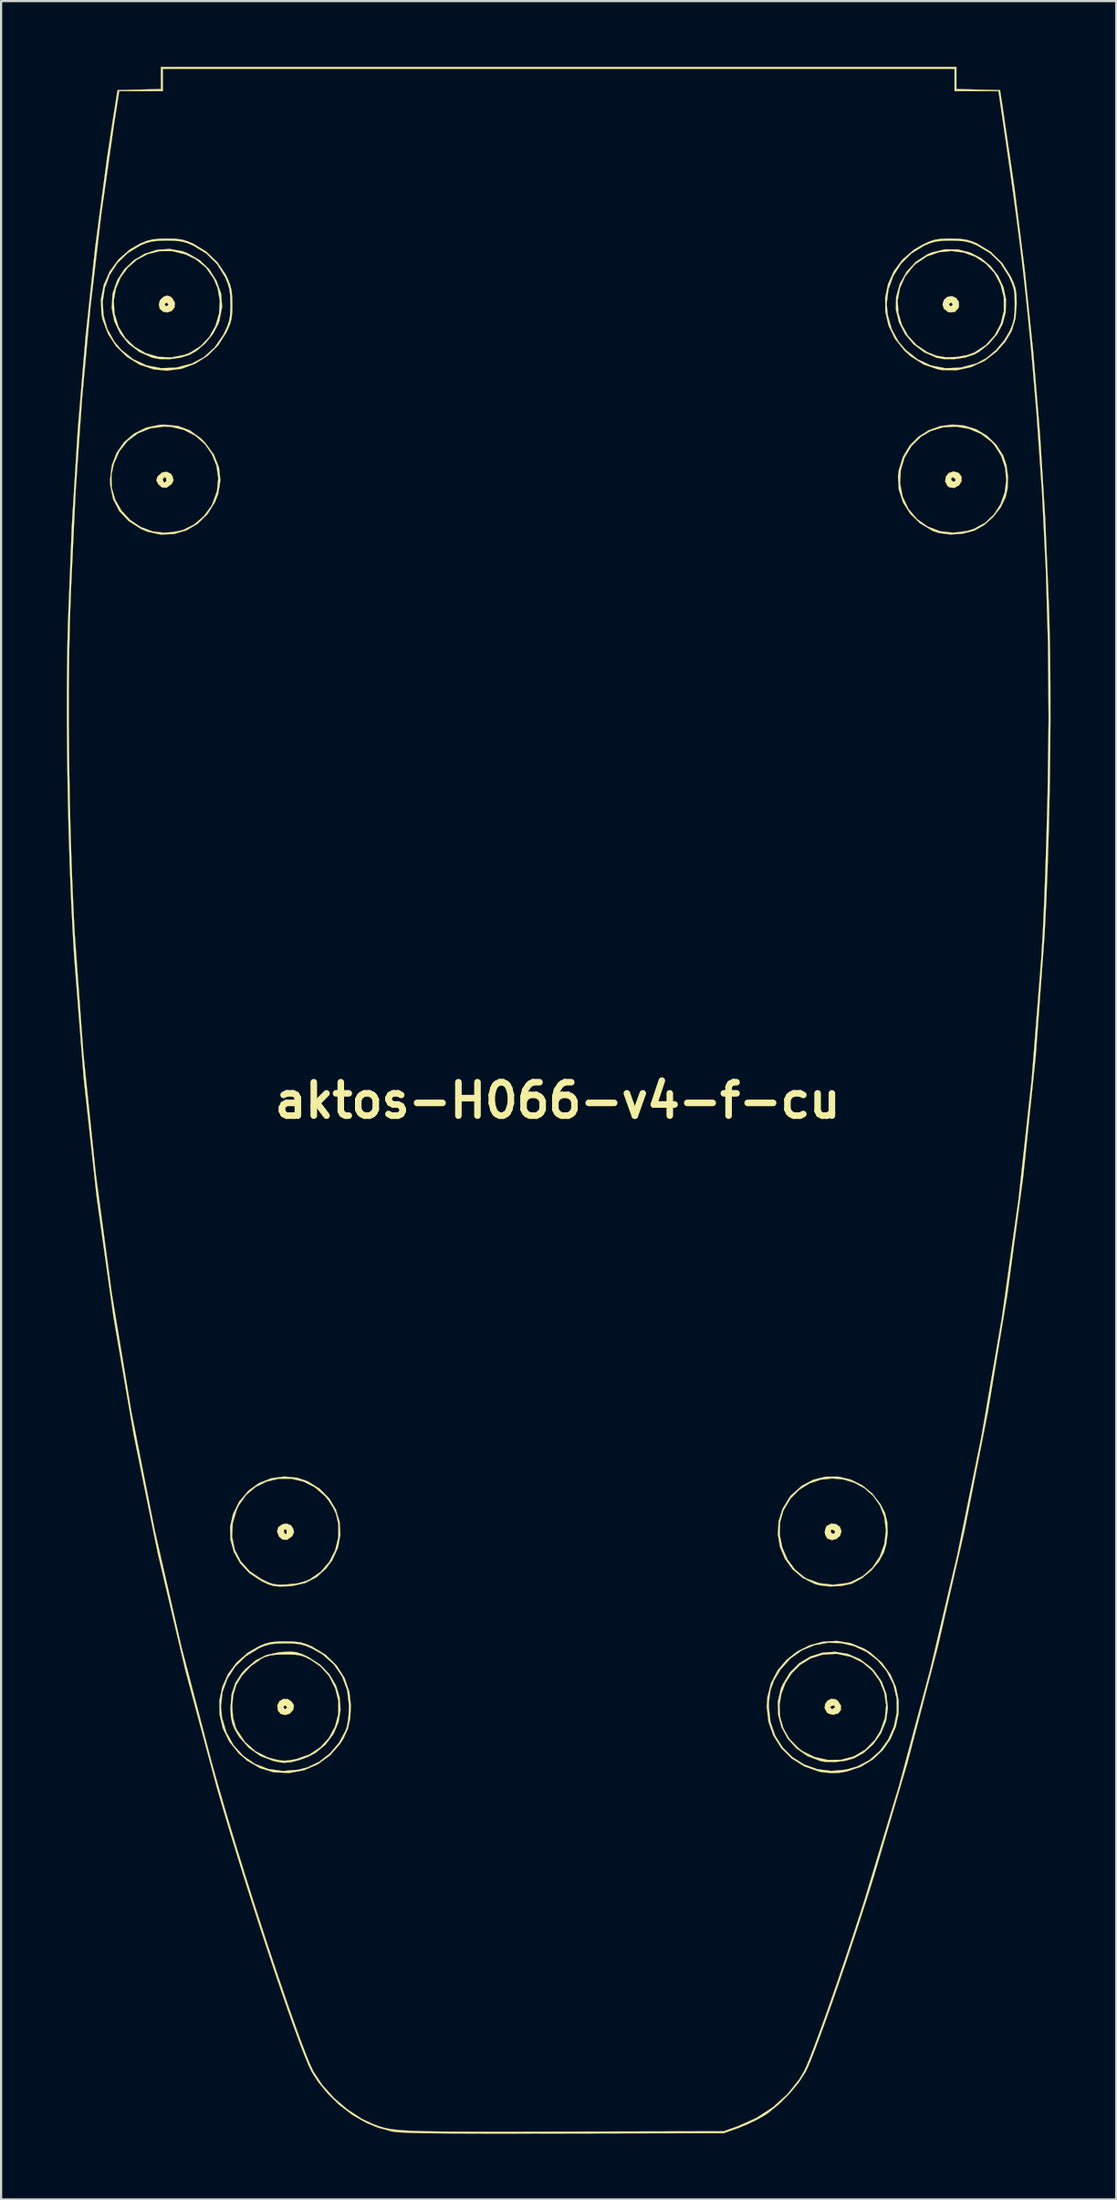
<source format=kicad_pcb>
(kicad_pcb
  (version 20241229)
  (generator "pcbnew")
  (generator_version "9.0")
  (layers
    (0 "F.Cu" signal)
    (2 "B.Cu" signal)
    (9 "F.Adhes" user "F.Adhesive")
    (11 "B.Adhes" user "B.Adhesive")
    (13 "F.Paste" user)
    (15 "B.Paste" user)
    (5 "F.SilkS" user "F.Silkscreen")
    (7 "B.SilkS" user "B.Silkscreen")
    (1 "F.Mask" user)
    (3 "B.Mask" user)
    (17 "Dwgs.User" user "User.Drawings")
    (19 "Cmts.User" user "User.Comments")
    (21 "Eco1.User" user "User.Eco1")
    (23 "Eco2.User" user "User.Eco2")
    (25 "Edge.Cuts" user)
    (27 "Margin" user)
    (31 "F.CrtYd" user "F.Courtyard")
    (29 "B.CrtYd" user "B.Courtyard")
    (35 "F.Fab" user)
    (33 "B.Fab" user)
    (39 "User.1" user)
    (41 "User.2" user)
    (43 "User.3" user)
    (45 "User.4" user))
  (footprint "aktos-H066-v4-f-cu"
    (layer "F.Cu")
    (at 22.417 47.164)
    (property "Reference" "aktos-H066-v4-f-cu" (at 0 0 0) (layer "F.SilkS") (effects (font (size 1.524 1.524) (thickness 0.3))))
    (attr through_hole)
    (fp_poly (pts (xy -12.185 19.382) (xy -12.092 19.515) (xy -12.042 19.701) (xy -12.114 19.855) (xy -12.149 19.896) (xy -12.363 20.045) (xy -12.572 20.03) (xy -12.731 19.887) (xy -12.816 19.656) (xy -12.812 19.645) (xy -12.51 19.645) (xy -12.481 19.739) (xy -12.416 19.803) (xy -12.379 19.739) (xy -12.379 19.607) (xy -12.395 19.581) (xy -12.476 19.561) (xy -12.51 19.645) (xy -12.812 19.645) (xy -12.753 19.459) (xy -12.563 19.333) (xy -12.381 19.305) (xy -12.185 19.382)) (stroke (width 0.01) (type solid)) (fill yes) (layer "F.SilkS"))
    (fp_poly (pts (xy 18.306 -28.636) (xy 18.434 -28.473) (xy 18.439 -28.262) (xy 18.324 -28.073) (xy 18.111 -27.953) (xy 17.892 -27.975) (xy 17.797 -28.042) (xy 17.693 -28.244) (xy 17.708 -28.367) (xy 17.961 -28.367) (xy 17.989 -28.283) (xy 18.095 -28.231) (xy 18.132 -28.245) (xy 18.168 -28.334) (xy 18.127 -28.388) (xy 18.014 -28.437) (xy 17.961 -28.367) (xy 17.708 -28.367) (xy 17.72 -28.459) (xy 17.854 -28.63) (xy 18.072 -28.702) (xy 18.076 -28.702) (xy 18.306 -28.636)) (stroke (width 0.01) (type solid)) (fill yes) (layer "F.SilkS"))
    (fp_poly (pts (xy -12.328 27.311) (xy -12.153 27.429) (xy -12.048 27.591) (xy -12.069 27.759) (xy -12.092 27.813) (xy -12.24 27.977) (xy -12.445 28.036) (xy -12.646 27.988) (xy -12.779 27.834) (xy -12.794 27.686) (xy -12.531 27.686) (xy -12.466 27.768) (xy -12.446 27.771) (xy -12.364 27.706) (xy -12.361 27.686) (xy -12.426 27.604) (xy -12.446 27.601) (xy -12.528 27.666) (xy -12.531 27.686) (xy -12.794 27.686) (xy -12.803 27.596) (xy -12.707 27.411) (xy -12.534 27.307) (xy -12.328 27.311)) (stroke (width 0.01) (type solid)) (fill yes) (layer "F.SilkS"))
    (fp_poly (pts (xy 12.697 27.328) (xy 12.784 27.389) (xy 12.927 27.6) (xy 12.929 27.806) (xy 12.806 27.963) (xy 12.573 28.025) (xy 12.379 27.979) (xy 12.294 27.923) (xy 12.188 27.729) (xy 12.193 27.686) (xy 12.446 27.686) (xy 12.507 27.768) (xy 12.526 27.771) (xy 12.64 27.709) (xy 12.658 27.686) (xy 12.638 27.614) (xy 12.578 27.601) (xy 12.462 27.646) (xy 12.446 27.686) (xy 12.193 27.686) (xy 12.21 27.535) (xy 12.325 27.379) (xy 12.499 27.297) (xy 12.697 27.328)) (stroke (width 0.01) (type solid)) (fill yes) (layer "F.SilkS"))
    (fp_poly (pts (xy 18.193 -36.615) (xy 18.312 -36.444) (xy 18.32 -36.23) (xy 18.29 -36.156) (xy 18.127 -35.98) (xy 17.904 -35.96) (xy 17.813 -35.987) (xy 17.63 -36.128) (xy 17.573 -36.322) (xy 17.865 -36.322) (xy 17.929 -36.24) (xy 17.949 -36.237) (xy 18.032 -36.302) (xy 18.034 -36.322) (xy 17.97 -36.404) (xy 17.949 -36.407) (xy 17.867 -36.342) (xy 17.865 -36.322) (xy 17.573 -36.322) (xy 17.571 -36.329) (xy 17.638 -36.534) (xy 17.787 -36.665) (xy 18.004 -36.703) (xy 18.193 -36.615)) (stroke (width 0.01) (type solid)) (fill yes) (layer "F.SilkS"))
    (fp_poly (pts (xy -17.673 -28.603) (xy -17.598 -28.496) (xy -17.544 -28.31) (xy -17.609 -28.162) (xy -17.653 -28.11) (xy -17.867 -27.961) (xy -18.076 -27.977) (xy -18.24 -28.127) (xy -18.324 -28.29) (xy -18.316 -28.321) (xy -18.034 -28.321) (xy -17.988 -28.208) (xy -17.949 -28.194) (xy -17.874 -28.263) (xy -17.865 -28.321) (xy -17.91 -28.434) (xy -17.949 -28.448) (xy -18.024 -28.379) (xy -18.034 -28.321) (xy -18.316 -28.321) (xy -18.29 -28.431) (xy -18.256 -28.486) (xy -18.074 -28.65) (xy -17.861 -28.689) (xy -17.673 -28.603)) (stroke (width 0.01) (type solid)) (fill yes) (layer "F.SilkS"))
    (fp_poly (pts (xy -17.668 -36.666) (xy -17.598 -36.601) (xy -17.48 -36.393) (xy -17.498 -36.189) (xy -17.623 -36.03) (xy -17.826 -35.959) (xy -18.013 -35.991) (xy -18.169 -36.124) (xy -18.215 -36.322) (xy -17.949 -36.322) (xy -17.885 -36.24) (xy -17.865 -36.237) (xy -17.782 -36.302) (xy -17.78 -36.322) (xy -17.844 -36.404) (xy -17.865 -36.407) (xy -17.947 -36.342) (xy -17.949 -36.322) (xy -18.215 -36.322) (xy -18.215 -36.324) (xy -18.155 -36.528) (xy -17.99 -36.677) (xy -17.988 -36.678) (xy -17.81 -36.73) (xy -17.668 -36.666)) (stroke (width 0.01) (type solid)) (fill yes) (layer "F.SilkS"))
    (fp_poly (pts (xy 12.705 19.328) (xy 12.879 19.448) (xy 12.954 19.646) (xy 12.954 19.654) (xy 12.886 19.864) (xy 12.719 20.007) (xy 12.51 20.055) (xy 12.315 19.984) (xy 12.294 19.964) (xy 12.209 19.799) (xy 12.192 19.685) (xy 12.203 19.639) (xy 12.458 19.639) (xy 12.486 19.723) (xy 12.591 19.775) (xy 12.629 19.761) (xy 12.664 19.672) (xy 12.624 19.618) (xy 12.51 19.569) (xy 12.458 19.639) (xy 12.203 19.639) (xy 12.238 19.491) (xy 12.294 19.406) (xy 12.49 19.306) (xy 12.705 19.328)) (stroke (width 0.01) (type solid)) (fill yes) (layer "F.SilkS"))
    (fp_poly (pts (xy -17.341 -30.777) (xy -16.799 -30.575) (xy -16.309 -30.222) (xy -16.094 -30.006) (xy -15.701 -29.467) (xy -15.471 -28.892) (xy -15.405 -28.294) (xy -15.504 -27.683) (xy -15.651 -27.302) (xy -15.997 -26.75) (xy -16.441 -26.318) (xy -16.961 -26.014) (xy -17.533 -25.847) (xy -18.132 -25.825) (xy -18.737 -25.956) (xy -19.031 -26.081) (xy -19.598 -26.446) (xy -20.022 -26.899) (xy -20.3 -27.439) (xy -20.431 -28.061) (xy -20.442 -28.321) (xy -20.415 -28.542) (xy -20.377 -28.542) (xy -20.366 -27.961) (xy -20.206 -27.41) (xy -19.918 -26.912) (xy -19.524 -26.49) (xy -19.045 -26.167) (xy -18.5 -25.966) (xy -17.999 -25.908) (xy -17.637 -25.931) (xy -17.275 -25.989) (xy -17.085 -26.04) (xy -16.602 -26.285) (xy -16.167 -26.657) (xy -15.826 -27.114) (xy -15.776 -27.207) (xy -15.56 -27.8) (xy -15.5 -28.392) (xy -15.581 -28.961) (xy -15.79 -29.488) (xy -16.115 -29.95) (xy -16.542 -30.326) (xy -17.059 -30.596) (xy -17.652 -30.738) (xy -17.961 -30.754) (xy -18.601 -30.672) (xy -19.168 -30.446) (xy -19.646 -30.089) (xy -20.02 -29.616) (xy -20.274 -29.04) (xy -20.377 -28.542) (xy -20.415 -28.542) (xy -20.364 -28.969) (xy -20.143 -29.549) (xy -19.796 -30.042) (xy -19.341 -30.431) (xy -18.795 -30.699) (xy -18.174 -30.829) (xy -17.961 -30.838) (xy -17.341 -30.777)) (stroke (width 0.01) (type solid)) (fill yes) (layer "F.SilkS"))
    (fp_poly (pts (xy -17.14 -38.75) (xy -16.91 -38.662) (xy -16.351 -38.345) (xy -15.917 -37.931) (xy -15.583 -37.404) (xy -15.371 -36.813) (xy -15.326 -36.212) (xy -15.447 -35.588) (xy -15.499 -35.439) (xy -15.739 -34.982) (xy -16.088 -34.553) (xy -16.498 -34.202) (xy -16.801 -34.03) (xy -17.228 -33.896) (xy -17.716 -33.829) (xy -18.189 -33.834) (xy -18.5 -33.891) (xy -19.097 -34.152) (xy -19.596 -34.531) (xy -19.983 -35.005) (xy -20.244 -35.551) (xy -20.364 -36.147) (xy -20.346 -36.497) (xy -20.274 -36.497) (xy -20.239 -35.907) (xy -20.055 -35.306) (xy -19.744 -34.794) (xy -19.32 -34.388) (xy -18.812 -34.097) (xy -18.245 -33.932) (xy -17.647 -33.903) (xy -17.046 -34.02) (xy -16.806 -34.112) (xy -16.309 -34.419) (xy -15.914 -34.839) (xy -15.628 -35.344) (xy -15.463 -35.904) (xy -15.428 -36.49) (xy -15.531 -37.073) (xy -15.712 -37.504) (xy -16.064 -38.003) (xy -16.517 -38.376) (xy -17 -38.61) (xy -17.608 -38.758) (xy -18.191 -38.755) (xy -18.733 -38.617) (xy -19.218 -38.361) (xy -19.63 -38.004) (xy -19.954 -37.563) (xy -20.174 -37.055) (xy -20.274 -36.497) (xy -20.346 -36.497) (xy -20.331 -36.771) (xy -20.317 -36.843) (xy -20.115 -37.427) (xy -19.788 -37.93) (xy -19.36 -38.337) (xy -18.857 -38.635) (xy -18.303 -38.812) (xy -17.723 -38.855) (xy -17.14 -38.75)) (stroke (width 0.01) (type solid)) (fill yes) (layer "F.SilkS"))
    (fp_poly (pts (xy 18.269 -38.832) (xy 18.825 -38.692) (xy 19.328 -38.435) (xy 19.76 -38.075) (xy 20.106 -37.631) (xy 20.347 -37.119) (xy 20.468 -36.557) (xy 20.451 -35.961) (xy 20.314 -35.437) (xy 20.062 -34.965) (xy 19.689 -34.524) (xy 19.245 -34.168) (xy 19.026 -34.045) (xy 18.603 -33.903) (xy 18.109 -33.83) (xy 17.621 -33.833) (xy 17.304 -33.891) (xy 16.735 -34.138) (xy 16.246 -34.508) (xy 15.856 -34.972) (xy 15.582 -35.506) (xy 15.442 -36.082) (xy 15.448 -36.512) (xy 15.522 -36.512) (xy 15.552 -35.948) (xy 15.708 -35.405) (xy 15.983 -34.907) (xy 16.373 -34.48) (xy 16.87 -34.147) (xy 17.304 -33.976) (xy 17.732 -33.91) (xy 18.226 -33.925) (xy 18.707 -34.013) (xy 19.019 -34.126) (xy 19.543 -34.468) (xy 19.949 -34.915) (xy 20.229 -35.443) (xy 20.372 -36.027) (xy 20.369 -36.641) (xy 20.224 -37.221) (xy 19.942 -37.754) (xy 19.55 -38.18) (xy 19.074 -38.495) (xy 18.541 -38.691) (xy 17.976 -38.764) (xy 17.407 -38.707) (xy 16.858 -38.516) (xy 16.357 -38.183) (xy 16.254 -38.088) (xy 15.867 -37.607) (xy 15.626 -37.073) (xy 15.522 -36.512) (xy 15.448 -36.512) (xy 15.45 -36.647) (xy 15.621 -37.265) (xy 15.93 -37.816) (xy 16.357 -38.273) (xy 16.882 -38.61) (xy 17.066 -38.688) (xy 17.677 -38.836) (xy 18.269 -38.832)) (stroke (width 0.01) (type solid)) (fill yes) (layer "F.SilkS"))
    (fp_poly (pts (xy 18.559 -30.795) (xy 19.092 -30.631) (xy 19.585 -30.343) (xy 20.015 -29.929) (xy 20.332 -29.441) (xy 20.489 -28.988) (xy 20.559 -28.458) (xy 20.538 -27.92) (xy 20.45 -27.527) (xy 20.223 -27.061) (xy 19.88 -26.621) (xy 19.464 -26.253) (xy 19.02 -26.005) (xy 19 -25.997) (xy 18.473 -25.862) (xy 17.922 -25.828) (xy 17.407 -25.894) (xy 17.123 -25.991) (xy 16.551 -26.332) (xy 16.095 -26.773) (xy 15.765 -27.292) (xy 15.576 -27.868) (xy 15.558 -28.157) (xy 15.631 -28.157) (xy 15.746 -27.561) (xy 16.007 -27.005) (xy 16.401 -26.533) (xy 16.89 -26.188) (xy 17.451 -25.976) (xy 18.059 -25.906) (xy 18.688 -25.985) (xy 19.001 -26.082) (xy 19.511 -26.356) (xy 19.92 -26.743) (xy 20.221 -27.215) (xy 20.41 -27.745) (xy 20.481 -28.307) (xy 20.429 -28.872) (xy 20.249 -29.415) (xy 19.934 -29.909) (xy 19.795 -30.061) (xy 19.321 -30.421) (xy 18.771 -30.652) (xy 18.181 -30.751) (xy 17.584 -30.716) (xy 17.017 -30.543) (xy 16.579 -30.284) (xy 16.141 -29.85) (xy 15.834 -29.331) (xy 15.662 -28.757) (xy 15.631 -28.157) (xy 15.558 -28.157) (xy 15.538 -28.479) (xy 15.575 -28.766) (xy 15.765 -29.375) (xy 16.071 -29.882) (xy 16.471 -30.286) (xy 16.942 -30.582) (xy 17.462 -30.768) (xy 18.008 -30.84) (xy 18.559 -30.795)) (stroke (width 0.01) (type solid)) (fill yes) (layer "F.SilkS"))
    (fp_poly (pts (xy 13.245 25.252) (xy 13.798 25.49) (xy 14.302 25.872) (xy 14.438 26.013) (xy 14.794 26.514) (xy 15.001 27.07) (xy 15.071 27.71) (xy 15.071 27.73) (xy 14.99 28.313) (xy 14.762 28.87) (xy 14.411 29.368) (xy 13.958 29.772) (xy 13.525 30.011) (xy 13.129 30.125) (xy 12.666 30.182) (xy 12.22 30.175) (xy 12 30.138) (xy 11.403 29.91) (xy 10.899 29.562) (xy 10.5 29.116) (xy 10.218 28.597) (xy 10.065 28.027) (xy 10.055 27.59) (xy 10.125 27.59) (xy 10.152 28.122) (xy 10.3 28.64) (xy 10.575 29.122) (xy 10.986 29.546) (xy 11.187 29.693) (xy 11.731 29.959) (xy 12.331 30.09) (xy 12.941 30.082) (xy 13.515 29.931) (xy 13.518 29.929) (xy 14.047 29.618) (xy 14.48 29.172) (xy 14.727 28.77) (xy 14.939 28.176) (xy 14.996 27.582) (xy 14.911 27.011) (xy 14.696 26.484) (xy 14.364 26.023) (xy 13.927 25.65) (xy 13.399 25.386) (xy 12.79 25.254) (xy 12.7 25.247) (xy 12.086 25.284) (xy 11.543 25.456) (xy 11.076 25.742) (xy 10.694 26.119) (xy 10.403 26.567) (xy 10.211 27.065) (xy 10.125 27.59) (xy 10.055 27.59) (xy 10.052 27.431) (xy 10.191 26.832) (xy 10.264 26.655) (xy 10.6 26.103) (xy 11.033 25.673) (xy 11.538 25.369) (xy 12.091 25.195) (xy 12.668 25.155) (xy 13.245 25.252)) (stroke (width 0.01) (type solid)) (fill yes) (layer "F.SilkS"))
    (fp_poly (pts (xy 13.368 17.293) (xy 13.894 17.55) (xy 14.36 17.929) (xy 14.744 18.428) (xy 14.94 18.814) (xy 15.044 19.229) (xy 15.064 19.726) (xy 15.002 20.239) (xy 14.897 20.609) (xy 14.665 21.035) (xy 14.316 21.445) (xy 13.898 21.791) (xy 13.46 22.028) (xy 13.408 22.047) (xy 12.944 22.149) (xy 12.43 22.172) (xy 11.948 22.117) (xy 11.743 22.06) (xy 11.178 21.777) (xy 10.719 21.384) (xy 10.374 20.906) (xy 10.149 20.367) (xy 10.056 19.826) (xy 10.137 19.826) (xy 10.254 20.398) (xy 10.487 20.932) (xy 10.826 21.395) (xy 11.257 21.751) (xy 11.375 21.817) (xy 11.957 22.027) (xy 12.586 22.096) (xy 13.21 22.02) (xy 13.404 21.963) (xy 13.936 21.696) (xy 14.376 21.302) (xy 14.708 20.804) (xy 14.917 20.226) (xy 14.985 19.618) (xy 14.913 19.009) (xy 14.712 18.483) (xy 14.404 18.044) (xy 14.009 17.696) (xy 13.55 17.443) (xy 13.048 17.291) (xy 12.523 17.242) (xy 11.997 17.3) (xy 11.492 17.471) (xy 11.028 17.758) (xy 10.627 18.165) (xy 10.31 18.696) (xy 10.303 18.709) (xy 10.15 19.251) (xy 10.137 19.826) (xy 10.056 19.826) (xy 10.05 19.794) (xy 10.085 19.209) (xy 10.26 18.64) (xy 10.581 18.109) (xy 10.667 18.005) (xy 11.14 17.582) (xy 11.67 17.303) (xy 12.233 17.165) (xy 12.807 17.163) (xy 13.368 17.293)) (stroke (width 0.01) (type solid)) (fill yes) (layer "F.SilkS"))
    (fp_poly (pts (xy -11.879 17.219) (xy -11.422 17.375) (xy -10.867 17.717) (xy -10.435 18.155) (xy -10.13 18.667) (xy -9.959 19.228) (xy -9.925 19.814) (xy -10.035 20.402) (xy -10.293 20.968) (xy -10.575 21.349) (xy -11.019 21.752) (xy -11.526 22.014) (xy -12.123 22.147) (xy -12.361 22.166) (xy -12.714 22.174) (xy -12.972 22.149) (xy -13.209 22.076) (xy -13.501 21.941) (xy -13.52 21.931) (xy -14.075 21.567) (xy -14.5 21.113) (xy -14.79 20.594) (xy -14.944 20.03) (xy -14.947 19.901) (xy -14.87 19.901) (xy -14.749 20.486) (xy -14.48 21.017) (xy -14.071 21.473) (xy -13.543 21.83) (xy -13.24 21.978) (xy -13.004 22.06) (xy -12.761 22.091) (xy -12.438 22.086) (xy -12.361 22.083) (xy -11.886 22.034) (xy -11.505 21.929) (xy -11.313 21.843) (xy -10.822 21.504) (xy -10.434 21.053) (xy -10.163 20.521) (xy -10.019 19.939) (xy -10.016 19.336) (xy -10.125 18.854) (xy -10.259 18.571) (xy -10.464 18.254) (xy -10.631 18.046) (xy -11.092 17.647) (xy -11.613 17.385) (xy -12.17 17.257) (xy -12.736 17.257) (xy -13.285 17.383) (xy -13.79 17.63) (xy -14.225 17.995) (xy -14.565 18.473) (xy -14.647 18.644) (xy -14.839 19.28) (xy -14.87 19.901) (xy -14.947 19.901) (xy -14.957 19.446) (xy -14.826 18.865) (xy -14.549 18.308) (xy -14.127 17.806) (xy -13.643 17.456) (xy -13.082 17.238) (xy -12.482 17.157) (xy -11.879 17.219)) (stroke (width 0.01) (type solid)) (fill yes) (layer "F.SilkS"))
    (fp_poly (pts (xy 13.377 24.761) (xy 13.985 25.008) (xy 14.272 25.188) (xy 14.801 25.655) (xy 15.189 26.187) (xy 15.441 26.764) (xy 15.563 27.367) (xy 15.559 27.975) (xy 15.436 28.568) (xy 15.197 29.126) (xy 14.849 29.63) (xy 14.397 30.059) (xy 13.845 30.394) (xy 13.2 30.614) (xy 12.827 30.677) (xy 12.486 30.685) (xy 12.104 30.649) (xy 11.938 30.619) (xy 11.265 30.385) (xy 10.683 30.021) (xy 10.206 29.547) (xy 9.849 28.983) (xy 9.623 28.348) (xy 9.546 27.678) (xy 9.637 27.678) (xy 9.714 28.367) (xy 9.932 28.985) (xy 10.272 29.521) (xy 10.716 29.962) (xy 11.246 30.296) (xy 11.844 30.51) (xy 12.49 30.592) (xy 13.167 30.531) (xy 13.68 30.385) (xy 14.244 30.089) (xy 14.718 29.67) (xy 15.09 29.154) (xy 15.349 28.567) (xy 15.482 27.937) (xy 15.478 27.29) (xy 15.326 26.652) (xy 15.321 26.638) (xy 15.013 26.032) (xy 14.599 25.539) (xy 14.101 25.16) (xy 13.542 24.898) (xy 12.945 24.758) (xy 12.332 24.74) (xy 11.726 24.849) (xy 11.149 25.087) (xy 10.625 25.457) (xy 10.175 25.961) (xy 10.152 25.993) (xy 9.874 26.461) (xy 9.712 26.914) (xy 9.643 27.425) (xy 9.637 27.678) (xy 9.546 27.678) (xy 9.544 27.661) (xy 9.573 27.229) (xy 9.74 26.578) (xy 10.039 26.005) (xy 10.448 25.521) (xy 10.946 25.134) (xy 11.509 24.856) (xy 12.117 24.694) (xy 12.747 24.659) (xy 13.377 24.761)) (stroke (width 0.01) (type solid)) (fill yes) (layer "F.SilkS"))
    (fp_poly (pts (xy -12.048 24.69) (xy -11.75 24.726) (xy -11.483 24.804) (xy -11.218 24.917) (xy -10.601 25.291) (xy -10.104 25.771) (xy -9.738 26.341) (xy -9.515 26.982) (xy -9.446 27.601) (xy -9.475 28.184) (xy -9.582 28.667) (xy -9.783 29.11) (xy -9.936 29.351) (xy -10.396 29.879) (xy -10.955 30.285) (xy -11.585 30.556) (xy -12.261 30.682) (xy -12.954 30.651) (xy -12.972 30.648) (xy -13.592 30.46) (xy -14.178 30.122) (xy -14.557 29.797) (xy -14.999 29.247) (xy -15.292 28.646) (xy -15.44 28.016) (xy -15.444 27.654) (xy -15.38 27.654) (xy -15.333 28.144) (xy -15.128 28.834) (xy -14.796 29.426) (xy -14.355 29.908) (xy -13.822 30.27) (xy -13.216 30.503) (xy -12.553 30.595) (xy -11.852 30.537) (xy -11.43 30.429) (xy -10.892 30.174) (xy -10.4 29.788) (xy -9.989 29.306) (xy -9.696 28.766) (xy -9.63 28.58) (xy -9.578 28.318) (xy -9.543 27.965) (xy -9.531 27.601) (xy -9.614 26.903) (xy -9.849 26.275) (xy -10.227 25.728) (xy -10.739 25.276) (xy -11.218 25.002) (xy -11.514 24.877) (xy -11.78 24.805) (xy -12.086 24.772) (xy -12.446 24.765) (xy -12.849 24.775) (xy -13.149 24.812) (xy -13.414 24.89) (xy -13.641 24.988) (xy -14.24 25.354) (xy -14.725 25.825) (xy -15.084 26.38) (xy -15.307 26.997) (xy -15.38 27.654) (xy -15.444 27.654) (xy -15.447 27.379) (xy -15.317 26.756) (xy -15.053 26.17) (xy -14.661 25.641) (xy -14.143 25.191) (xy -13.646 24.906) (xy -13.361 24.786) (xy -13.094 24.717) (xy -12.779 24.686) (xy -12.446 24.68) (xy -12.048 24.69)) (stroke (width 0.01) (type solid)) (fill yes) (layer "F.SilkS"))
    (fp_poly (pts (xy -11.954 25.171) (xy -11.715 25.243) (xy -11.413 25.381) (xy -11.39 25.392) (xy -10.843 25.744) (xy -10.421 26.186) (xy -10.125 26.692) (xy -9.957 27.241) (xy -9.919 27.808) (xy -10.012 28.37) (xy -10.239 28.903) (xy -10.602 29.385) (xy -11.07 29.772) (xy -11.403 29.946) (xy -11.8 30.093) (xy -12.193 30.19) (xy -12.513 30.218) (xy -12.514 30.217) (xy -12.689 30.193) (xy -12.934 30.144) (xy -12.976 30.134) (xy -13.57 29.91) (xy -14.098 29.541) (xy -14.536 29.047) (xy -14.744 28.703) (xy -14.859 28.431) (xy -14.92 28.137) (xy -14.94 27.753) (xy -14.94 27.687) (xy -14.935 27.629) (xy -14.865 27.629) (xy -14.828 28.148) (xy -14.705 28.603) (xy -14.659 28.703) (xy -14.285 29.261) (xy -13.81 29.686) (xy -13.242 29.972) (xy -12.976 30.049) (xy -12.686 30.11) (xy -12.456 30.127) (xy -12.209 30.102) (xy -11.921 30.046) (xy -11.332 29.84) (xy -10.834 29.508) (xy -10.441 29.073) (xy -10.166 28.56) (xy -10.02 27.991) (xy -10.018 27.391) (xy -10.158 26.821) (xy -10.44 26.265) (xy -10.831 25.827) (xy -11.273 25.524) (xy -11.522 25.397) (xy -11.741 25.322) (xy -11.991 25.285) (xy -12.334 25.274) (xy -12.446 25.274) (xy -12.849 25.284) (xy -13.139 25.321) (xy -13.373 25.393) (xy -13.523 25.465) (xy -14.004 25.798) (xy -14.412 26.228) (xy -14.678 26.662) (xy -14.815 27.112) (xy -14.865 27.629) (xy -14.935 27.629) (xy -14.889 27.085) (xy -14.723 26.578) (xy -14.424 26.124) (xy -14.236 25.92) (xy -13.782 25.541) (xy -13.3 25.302) (xy -12.74 25.18) (xy -12.551 25.164) (xy -12.207 25.149) (xy -11.954 25.171)) (stroke (width 0.01) (type solid)) (fill yes) (layer "F.SilkS"))
    (fp_poly (pts (xy 18.353 -39.315) (xy 18.658 -39.275) (xy 18.928 -39.195) (xy 19.149 -39.101) (xy 19.776 -38.718) (xy 20.293 -38.21) (xy 20.68 -37.604) (xy 20.82 -37.301) (xy 20.902 -37.05) (xy 20.942 -36.783) (xy 20.953 -36.433) (xy 20.953 -36.324) (xy 20.9 -35.676) (xy 20.731 -35.119) (xy 20.43 -34.613) (xy 20.03 -34.166) (xy 19.493 -33.752) (xy 18.878 -33.468) (xy 18.221 -33.323) (xy 17.557 -33.33) (xy 17.368 -33.362) (xy 16.711 -33.583) (xy 16.113 -33.961) (xy 15.837 -34.209) (xy 15.397 -34.758) (xy 15.106 -35.359) (xy 14.959 -35.99) (xy 14.955 -36.353) (xy 15.02 -36.353) (xy 15.065 -35.85) (xy 15.251 -35.193) (xy 15.556 -34.636) (xy 15.882 -34.254) (xy 16.429 -33.82) (xy 17.041 -33.537) (xy 17.704 -33.41) (xy 18.402 -33.44) (xy 19.113 -33.628) (xy 19.57 -33.873) (xy 20.011 -34.241) (xy 20.392 -34.691) (xy 20.64 -35.114) (xy 20.76 -35.405) (xy 20.83 -35.676) (xy 20.862 -35.996) (xy 20.869 -36.324) (xy 20.862 -36.706) (xy 20.831 -36.987) (xy 20.761 -37.235) (xy 20.636 -37.52) (xy 20.594 -37.606) (xy 20.22 -38.198) (xy 19.736 -38.667) (xy 19.145 -39.018) (xy 18.859 -39.136) (xy 18.589 -39.204) (xy 18.267 -39.234) (xy 17.949 -39.239) (xy 17.55 -39.23) (xy 17.25 -39.193) (xy 16.983 -39.115) (xy 16.722 -39.003) (xy 16.148 -38.649) (xy 15.676 -38.181) (xy 15.322 -37.624) (xy 15.099 -37.006) (xy 15.02 -36.353) (xy 14.955 -36.353) (xy 14.952 -36.628) (xy 15.082 -37.252) (xy 15.345 -37.839) (xy 15.737 -38.366) (xy 16.254 -38.812) (xy 16.66 -39.049) (xy 16.966 -39.191) (xy 17.218 -39.274) (xy 17.484 -39.314) (xy 17.831 -39.326) (xy 17.948 -39.326) (xy 18.353 -39.315)) (stroke (width 0.01) (type solid)) (fill yes) (layer "F.SilkS"))
    (fp_poly (pts (xy -17.469 -39.318) (xy -17.173 -39.283) (xy -16.91 -39.207) (xy -16.637 -39.091) (xy -16.047 -38.729) (xy -15.541 -38.246) (xy -15.157 -37.678) (xy -15.098 -37.559) (xy -14.973 -37.258) (xy -14.9 -36.988) (xy -14.867 -36.68) (xy -14.859 -36.32) (xy -14.867 -35.938) (xy -14.899 -35.656) (xy -14.97 -35.406) (xy -15.096 -35.119) (xy -15.137 -35.035) (xy -15.51 -34.453) (xy -15.994 -33.976) (xy -16.562 -33.617) (xy -17.188 -33.388) (xy -17.848 -33.304) (xy -18.441 -33.361) (xy -19.092 -33.578) (xy -19.672 -33.936) (xy -20.16 -34.411) (xy -20.536 -34.983) (xy -20.78 -35.63) (xy -20.832 -35.883) (xy -20.854 -36.45) (xy -20.779 -36.45) (xy -20.741 -35.819) (xy -20.566 -35.205) (xy -20.249 -34.63) (xy -19.932 -34.255) (xy -19.387 -33.824) (xy -18.774 -33.542) (xy -18.11 -33.413) (xy -17.414 -33.44) (xy -16.711 -33.624) (xy -16.152 -33.922) (xy -15.668 -34.36) (xy -15.281 -34.92) (xy -15.222 -35.034) (xy -15.08 -35.34) (xy -14.997 -35.593) (xy -14.956 -35.861) (xy -14.944 -36.212) (xy -14.944 -36.32) (xy -14.954 -36.72) (xy -14.991 -37.02) (xy -15.069 -37.29) (xy -15.183 -37.56) (xy -15.55 -38.157) (xy -16.043 -38.645) (xy -16.637 -39.006) (xy -16.93 -39.13) (xy -17.193 -39.202) (xy -17.493 -39.234) (xy -17.865 -39.241) (xy -18.272 -39.229) (xy -18.577 -39.189) (xy -18.85 -39.107) (xy -19.067 -39.014) (xy -19.648 -38.659) (xy -20.115 -38.202) (xy -20.462 -37.665) (xy -20.684 -37.073) (xy -20.779 -36.45) (xy -20.854 -36.45) (xy -20.858 -36.557) (xy -20.729 -37.212) (xy -20.458 -37.825) (xy -20.059 -38.37) (xy -19.546 -38.823) (xy -19.07 -39.098) (xy -18.778 -39.218) (xy -18.503 -39.287) (xy -18.178 -39.319) (xy -17.865 -39.325) (xy -17.469 -39.318)) (stroke (width 0.01) (type solid)) (fill yes) (layer "F.SilkS"))
    (fp_poly (pts (xy 18.203 -46.149) (xy 19.198 -46.125) (xy 20.193 -46.101) (xy 20.299 -45.424) (xy 20.851 -41.653) (xy 21.32 -37.914) (xy 21.708 -34.171) (xy 22.02 -30.387) (xy 22.258 -26.526) (xy 22.426 -22.553) (xy 22.449 -21.813) (xy 22.479 -20.449) (xy 22.495 -18.951) (xy 22.497 -17.353) (xy 22.484 -15.691) (xy 22.458 -14) (xy 22.419 -12.314) (xy 22.368 -10.667) (xy 22.306 -9.095) (xy 22.232 -7.632) (xy 22.226 -7.535) (xy 21.826 -2.048) (xy 21.259 3.416) (xy 20.528 8.851) (xy 19.632 14.253) (xy 18.572 19.619) (xy 17.349 24.944) (xy 15.965 30.224) (xy 14.418 35.454) (xy 14.087 36.503) (xy 13.787 37.432) (xy 13.479 38.368) (xy 13.168 39.296) (xy 12.86 40.197) (xy 12.562 41.055) (xy 12.28 41.852) (xy 12.019 42.571) (xy 11.786 43.196) (xy 11.587 43.708) (xy 11.427 44.092) (xy 11.326 44.306) (xy 11.012 44.794) (xy 10.591 45.304) (xy 10.11 45.785) (xy 9.614 46.189) (xy 9.435 46.31) (xy 9.071 46.514) (xy 8.639 46.721) (xy 8.236 46.884) (xy 7.578 47.117) (xy 0.254 47.133) (xy -1.09 47.135) (xy -2.275 47.136) (xy -3.311 47.136) (xy -4.207 47.133) (xy -4.973 47.13) (xy -5.62 47.124) (xy -6.158 47.116) (xy -6.596 47.106) (xy -6.944 47.093) (xy -7.212 47.079) (xy -7.411 47.061) (xy -7.549 47.042) (xy -7.578 47.036) (xy -8.2 46.866) (xy -8.749 46.641) (xy -9.307 46.323) (xy -9.41 46.257) (xy -9.962 45.836) (xy -10.488 45.326) (xy -10.942 44.777) (xy -11.244 44.301) (xy -11.385 44.001) (xy -11.569 43.554) (xy -11.791 42.976) (xy -12.046 42.281) (xy -12.329 41.486) (xy -12.634 40.606) (xy -12.957 39.656) (xy -13.292 38.652) (xy -13.634 37.609) (xy -13.978 36.542) (xy -14.32 35.468) (xy -14.652 34.4) (xy -14.972 33.356) (xy -15.273 32.349) (xy -15.55 31.397) (xy -15.581 31.287) (xy -17.003 25.992) (xy -18.262 20.654) (xy -19.356 15.278) (xy -20.285 9.869) (xy -21.049 4.428) (xy -21.646 -1.039) (xy -22.076 -6.53) (xy -22.141 -7.62) (xy -22.219 -9.15) (xy -22.284 -10.782) (xy -22.337 -12.48) (xy -22.376 -14.21) (xy -22.402 -15.936) (xy -22.412 -17.623) (xy -22.41 -18.786) (xy -22.326 -18.786) (xy -22.326 -17.148) (xy -22.311 -15.446) (xy -22.282 -13.715) (xy -22.239 -11.991) (xy -22.182 -10.308) (xy -22.113 -8.702) (xy -22.057 -7.62) (xy -21.659 -2.125) (xy -21.095 3.348) (xy -20.365 8.794) (xy -19.468 14.21) (xy -18.407 19.592) (xy -17.181 24.938) (xy -15.791 30.242) (xy -15.497 31.287) (xy -15.222 32.233) (xy -14.924 33.234) (xy -14.606 34.275) (xy -14.275 35.34) (xy -13.935 36.415) (xy -13.59 37.483) (xy -13.248 38.53) (xy -12.912 39.539) (xy -12.587 40.496) (xy -12.28 41.385) (xy -11.994 42.19) (xy -11.736 42.897) (xy -11.509 43.49) (xy -11.32 43.953) (xy -11.174 44.271) (xy -11.159 44.3) (xy -10.754 44.916) (xy -10.222 45.506) (xy -9.605 46.034) (xy -8.947 46.462) (xy -8.467 46.689) (xy -8.301 46.753) (xy -8.142 46.809) (xy -7.981 46.858) (xy -7.804 46.901) (xy -7.601 46.936) (xy -7.359 46.966) (xy -7.068 46.991) (xy -6.717 47.011) (xy -6.292 47.026) (xy -5.784 47.038) (xy -5.18 47.045) (xy -4.469 47.05) (xy -3.64 47.053) (xy -2.681 47.053) (xy -1.58 47.052) (xy -0.326 47.049) (xy 0.254 47.048) (xy 7.578 47.032) (xy 8.236 46.799) (xy 9.067 46.428) (xy 9.826 45.934) (xy 10.487 45.34) (xy 11.025 44.668) (xy 11.241 44.306) (xy 11.361 44.049) (xy 11.525 43.649) (xy 11.729 43.121) (xy 11.966 42.484) (xy 12.23 41.753) (xy 12.515 40.947) (xy 12.815 40.083) (xy 13.123 39.177) (xy 13.434 38.247) (xy 13.742 37.31) (xy 14.002 36.503) (xy 15.581 31.283) (xy 16.998 26.013) (xy 18.254 20.696) (xy 19.346 15.339) (xy 20.276 9.943) (xy 21.04 4.514) (xy 21.64 -0.944) (xy 22.074 -6.427) (xy 22.142 -7.535) (xy 22.169 -8.072) (xy 22.2 -8.75) (xy 22.231 -9.54) (xy 22.263 -10.413) (xy 22.294 -11.341) (xy 22.323 -12.296) (xy 22.35 -13.248) (xy 22.368 -13.981) (xy 22.414 -17.389) (xy 22.387 -20.796) (xy 22.288 -24.234) (xy 22.114 -27.737) (xy 21.865 -31.338) (xy 21.674 -33.613) (xy 21.579 -34.655) (xy 21.485 -35.634) (xy 21.389 -36.572) (xy 21.289 -37.493) (xy 21.182 -38.419) (xy 21.064 -39.373) (xy 20.934 -40.378) (xy 20.788 -41.458) (xy 20.623 -42.635) (xy 20.436 -43.932) (xy 20.226 -45.372) (xy 20.215 -45.445) (xy 20.125 -46.059) (xy 18.119 -46.059) (xy 18.119 -47.075) (xy -18.034 -47.075) (xy -18.034 -46.059) (xy -20.025 -46.059) (xy -20.265 -44.514) (xy -20.845 -40.433) (xy -21.33 -36.281) (xy -21.721 -32.041) (xy -22.021 -27.695) (xy -22.231 -23.227) (xy -22.28 -21.733) (xy -22.311 -20.326) (xy -22.326 -18.786) (xy -22.41 -18.786) (xy -22.408 -19.237) (xy -22.389 -20.743) (xy -22.365 -21.733) (xy -22.186 -26.206) (xy -21.916 -30.581) (xy -21.558 -34.846) (xy -21.112 -38.991) (xy -20.578 -43.006) (xy -20.333 -44.619) (xy -20.099 -46.101) (xy -19.109 -46.125) (xy -18.119 -46.149) (xy -18.119 -47.159) (xy 18.203 -47.159) (xy 18.203 -46.149)) (stroke (width 0.01) (type solid)) (fill yes) (layer "F.SilkS")))
  (gr_rect
    (start -3 -3)
    (end 47.919 97.306)
    (stroke (width 0.1) (type default))
    (fill no)
    (layer "Edge.Cuts")))
</source>
